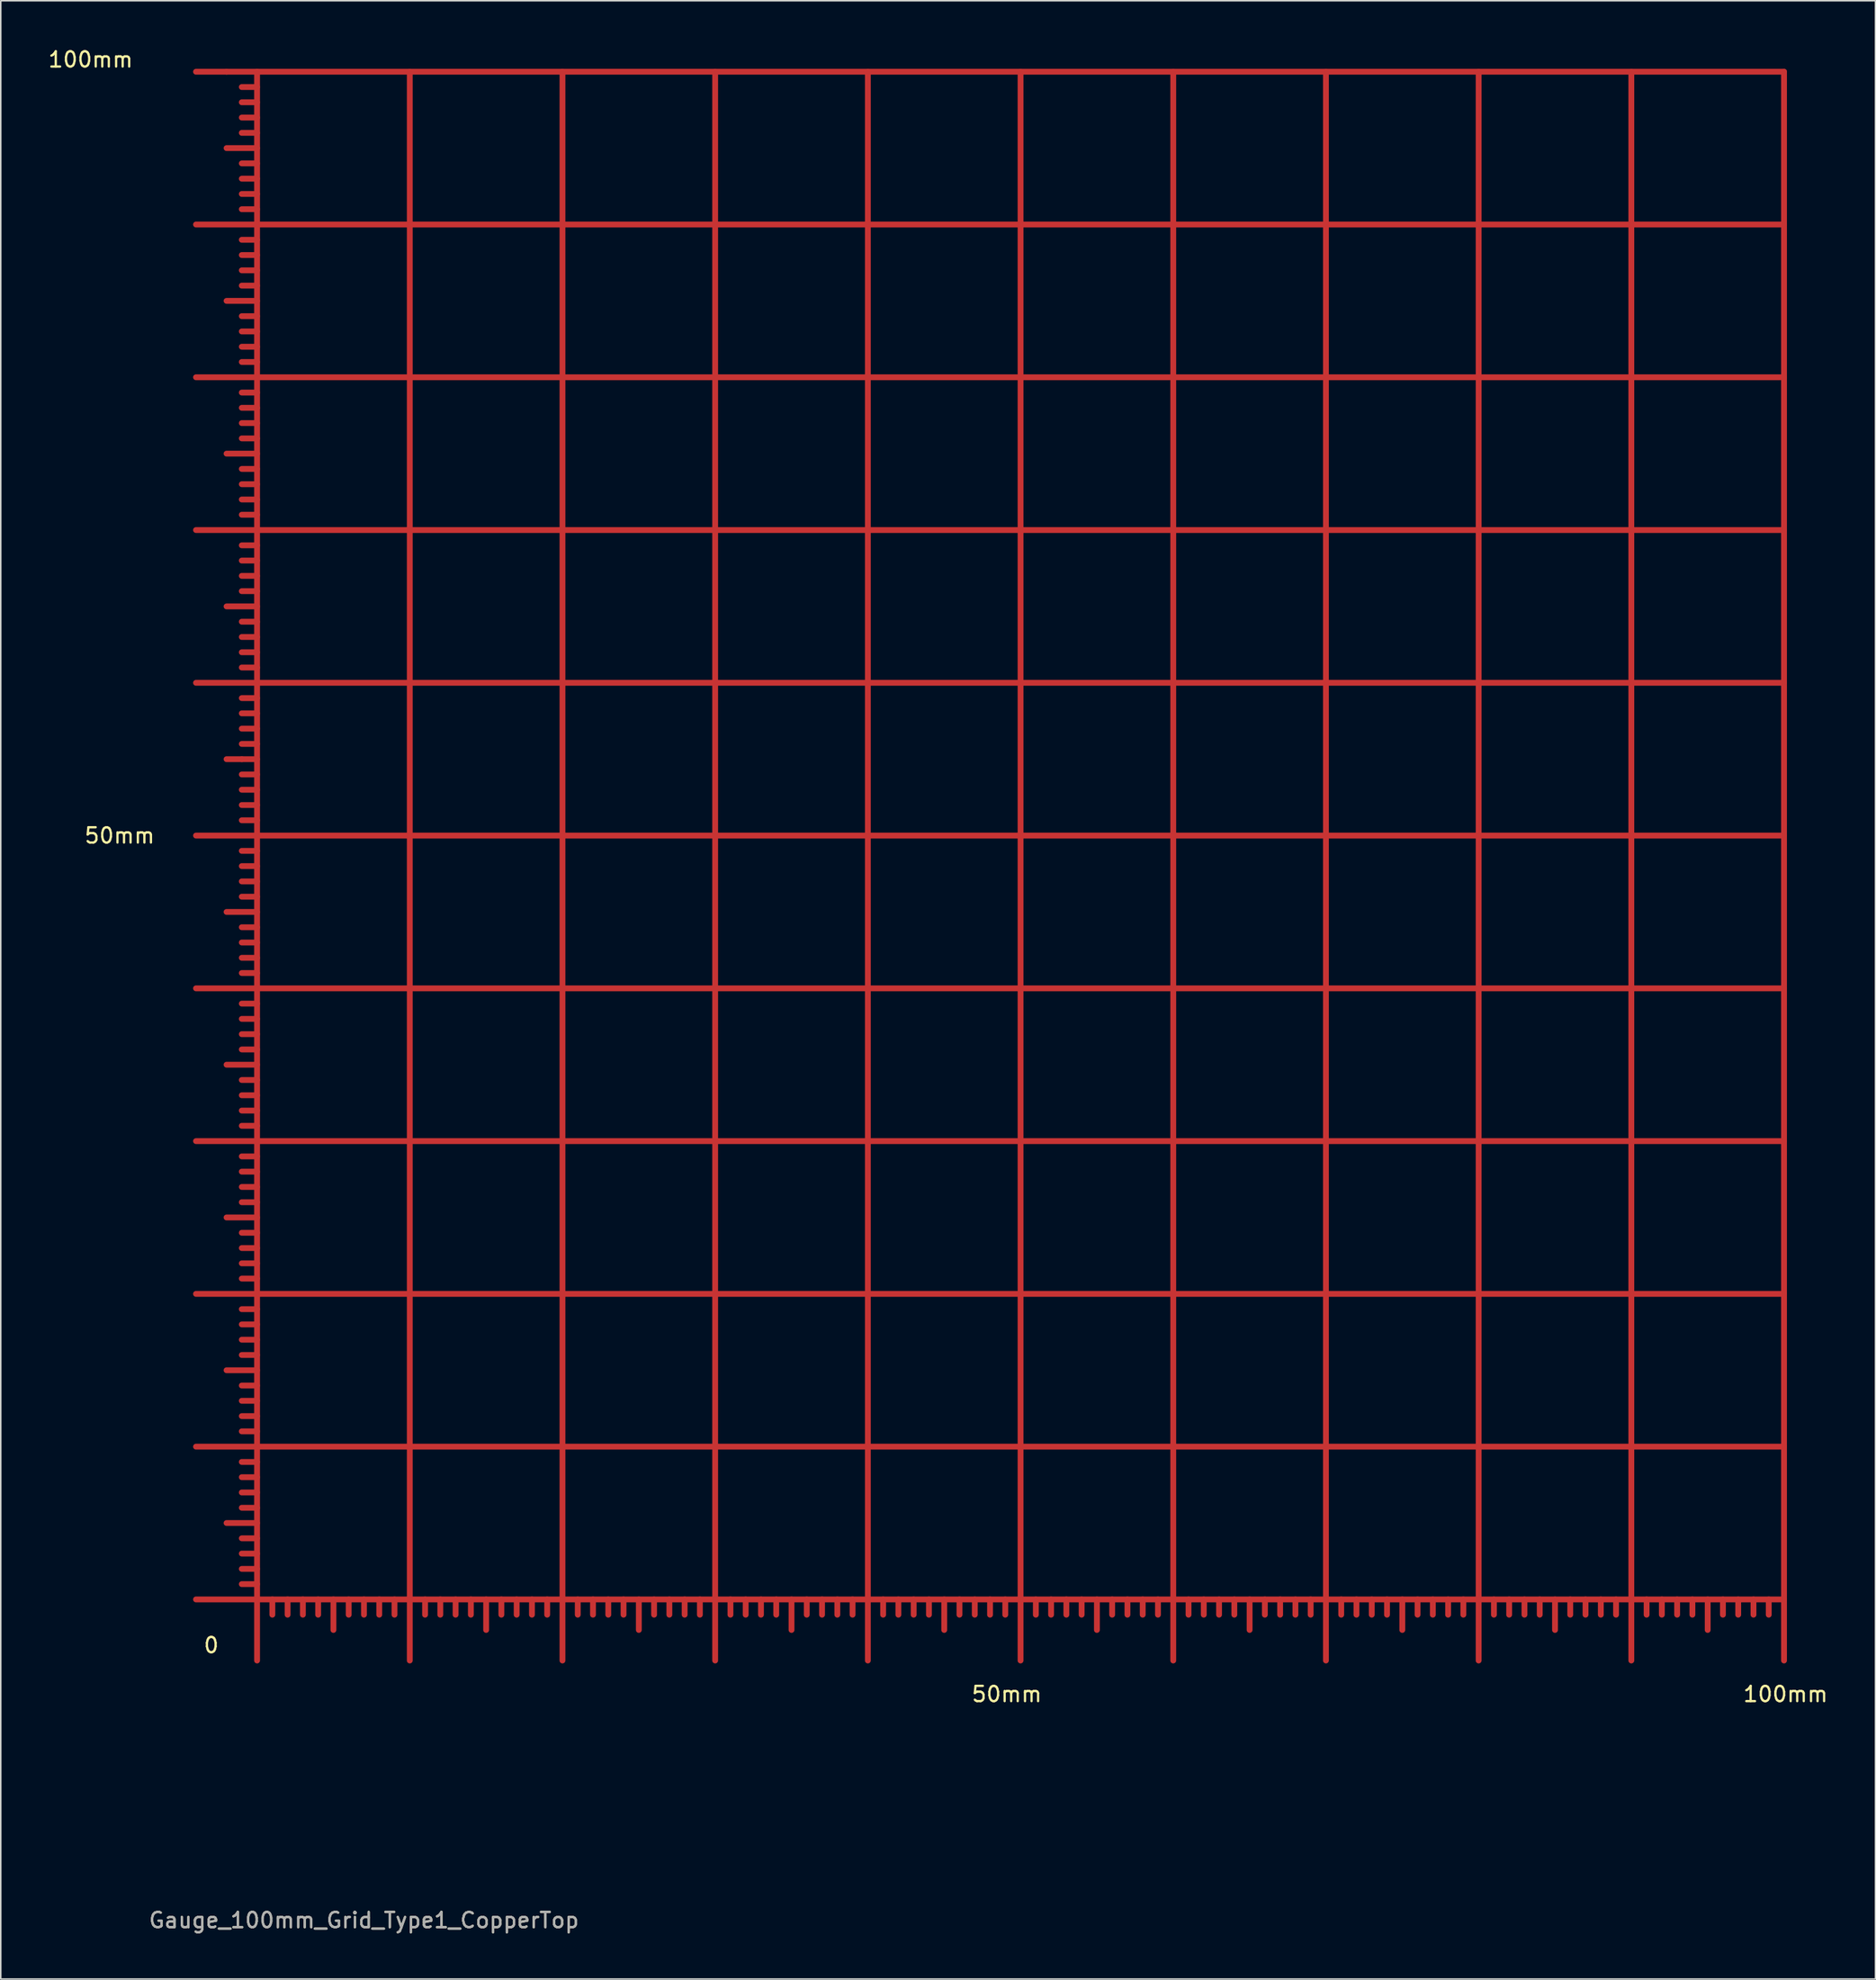
<source format=kicad_pcb>
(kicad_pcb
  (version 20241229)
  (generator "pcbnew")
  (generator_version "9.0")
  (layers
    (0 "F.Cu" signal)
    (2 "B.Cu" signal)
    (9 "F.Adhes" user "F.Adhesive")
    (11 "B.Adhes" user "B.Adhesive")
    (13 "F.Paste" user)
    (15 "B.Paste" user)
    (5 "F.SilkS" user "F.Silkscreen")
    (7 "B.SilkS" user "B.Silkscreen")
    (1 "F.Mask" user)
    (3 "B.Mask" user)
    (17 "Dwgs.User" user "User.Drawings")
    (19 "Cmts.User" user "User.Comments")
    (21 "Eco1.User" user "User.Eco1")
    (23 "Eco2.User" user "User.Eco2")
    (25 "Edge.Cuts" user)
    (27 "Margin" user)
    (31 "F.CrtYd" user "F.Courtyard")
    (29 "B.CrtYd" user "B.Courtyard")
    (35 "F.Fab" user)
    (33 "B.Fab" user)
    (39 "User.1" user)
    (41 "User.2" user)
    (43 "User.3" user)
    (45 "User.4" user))
  (footprint "Gauge_100mm_Grid_Type1_CopperTop"
    (layer "F.Cu")
    (at 13.786 101.646)
    (property "Reference" "Gauge_100mm_Grid_Type1_CopperTop" (at 7 21.001 0) (layer "F.SilkS") (effects (font (size 1 1) (thickness 0.15))))
    (attr exclude_from_pos_files exclude_from_bom)
    (fp_line (start -1.999 -100) (end -4 -100) (stroke (width 0.381) (type solid)) (layer "F.Cu"))
    (fp_line (start -1.001 -55.001) (end -1.999 -55.001) (stroke (width 0.381) (type solid)) (layer "F.Cu"))
    (fp_line (start 0 -100) (end -1.999 -100) (stroke (width 0.381) (type solid)) (layer "F.Cu"))
    (fp_line (start 0 -100) (end 100 -100) (stroke (width 0.381) (type solid)) (layer "F.Cu"))
    (fp_line (start 0 -98.999) (end -1.001 -98.999) (stroke (width 0.381) (type solid)) (layer "F.Cu"))
    (fp_line (start 0 -98.001) (end -1.001 -98.001) (stroke (width 0.381) (type solid)) (layer "F.Cu"))
    (fp_line (start 0 -97) (end -1.001 -97) (stroke (width 0.381) (type solid)) (layer "F.Cu"))
    (fp_line (start 0 -95.999) (end -1.001 -95.999) (stroke (width 0.381) (type solid)) (layer "F.Cu"))
    (fp_line (start 0 -95.001) (end -1.999 -95.001) (stroke (width 0.381) (type solid)) (layer "F.Cu"))
    (fp_line (start 0 -94) (end -1.001 -94) (stroke (width 0.381) (type solid)) (layer "F.Cu"))
    (fp_line (start 0 -93) (end -1.001 -93) (stroke (width 0.381) (type solid)) (layer "F.Cu"))
    (fp_line (start 0 -91.999) (end -1.001 -91.999) (stroke (width 0.381) (type solid)) (layer "F.Cu"))
    (fp_line (start 0 -91.001) (end -1.001 -91.001) (stroke (width 0.381) (type solid)) (layer "F.Cu"))
    (fp_line (start 0 -90) (end -4 -90) (stroke (width 0.381) (type solid)) (layer "F.Cu"))
    (fp_line (start 0 -90) (end 100 -90) (stroke (width 0.381) (type solid)) (layer "F.Cu"))
    (fp_line (start 0 -88.999) (end -1.001 -88.999) (stroke (width 0.381) (type solid)) (layer "F.Cu"))
    (fp_line (start 0 -88.001) (end -1.001 -88.001) (stroke (width 0.381) (type solid)) (layer "F.Cu"))
    (fp_line (start 0 -87) (end -1.001 -87) (stroke (width 0.381) (type solid)) (layer "F.Cu"))
    (fp_line (start 0 -85.999) (end -1.001 -85.999) (stroke (width 0.381) (type solid)) (layer "F.Cu"))
    (fp_line (start 0 -85.001) (end -1.999 -85.001) (stroke (width 0.381) (type solid)) (layer "F.Cu"))
    (fp_line (start 0 -84) (end -1.001 -84) (stroke (width 0.381) (type solid)) (layer "F.Cu"))
    (fp_line (start 0 -83) (end -1.001 -83) (stroke (width 0.381) (type solid)) (layer "F.Cu"))
    (fp_line (start 0 -81.999) (end -1.001 -81.999) (stroke (width 0.381) (type solid)) (layer "F.Cu"))
    (fp_line (start 0 -81.001) (end -1.001 -81.001) (stroke (width 0.381) (type solid)) (layer "F.Cu"))
    (fp_line (start 0 -80) (end -4 -80) (stroke (width 0.381) (type solid)) (layer "F.Cu"))
    (fp_line (start 0 -80) (end 100 -80) (stroke (width 0.381) (type solid)) (layer "F.Cu"))
    (fp_line (start 0 -78.999) (end -1.001 -78.999) (stroke (width 0.381) (type solid)) (layer "F.Cu"))
    (fp_line (start 0 -78.001) (end -1.001 -78.001) (stroke (width 0.381) (type solid)) (layer "F.Cu"))
    (fp_line (start 0 -77) (end -1.001 -77) (stroke (width 0.381) (type solid)) (layer "F.Cu"))
    (fp_line (start 0 -75.999) (end -1.001 -75.999) (stroke (width 0.381) (type solid)) (layer "F.Cu"))
    (fp_line (start 0 -75.001) (end -1.999 -75.001) (stroke (width 0.381) (type solid)) (layer "F.Cu"))
    (fp_line (start 0 -74) (end -1.001 -74) (stroke (width 0.381) (type solid)) (layer "F.Cu"))
    (fp_line (start 0 -73) (end -1.001 -73) (stroke (width 0.381) (type solid)) (layer "F.Cu"))
    (fp_line (start 0 -71.999) (end -1.001 -71.999) (stroke (width 0.381) (type solid)) (layer "F.Cu"))
    (fp_line (start 0 -71.001) (end -1.001 -71.001) (stroke (width 0.381) (type solid)) (layer "F.Cu"))
    (fp_line (start 0 -70) (end -4 -70) (stroke (width 0.381) (type solid)) (layer "F.Cu"))
    (fp_line (start 0 -70) (end 100 -70) (stroke (width 0.381) (type solid)) (layer "F.Cu"))
    (fp_line (start 0 -68.999) (end -1.001 -68.999) (stroke (width 0.381) (type solid)) (layer "F.Cu"))
    (fp_line (start 0 -68.001) (end -1.001 -68.001) (stroke (width 0.381) (type solid)) (layer "F.Cu"))
    (fp_line (start 0 -67) (end -1.001 -67) (stroke (width 0.381) (type solid)) (layer "F.Cu"))
    (fp_line (start 0 -65.999) (end -1.001 -65.999) (stroke (width 0.381) (type solid)) (layer "F.Cu"))
    (fp_line (start 0 -65.001) (end -1.999 -65.001) (stroke (width 0.381) (type solid)) (layer "F.Cu"))
    (fp_line (start 0 -64) (end -1.001 -64) (stroke (width 0.381) (type solid)) (layer "F.Cu"))
    (fp_line (start 0 -63) (end -1.001 -63) (stroke (width 0.381) (type solid)) (layer "F.Cu"))
    (fp_line (start 0 -61.999) (end -1.001 -61.999) (stroke (width 0.381) (type solid)) (layer "F.Cu"))
    (fp_line (start 0 -61.001) (end -1.001 -61.001) (stroke (width 0.381) (type solid)) (layer "F.Cu"))
    (fp_line (start 0 -60) (end -4 -60) (stroke (width 0.381) (type solid)) (layer "F.Cu"))
    (fp_line (start 0 -60) (end 100 -60) (stroke (width 0.381) (type solid)) (layer "F.Cu"))
    (fp_line (start 0 -58.999) (end -1.001 -58.999) (stroke (width 0.381) (type solid)) (layer "F.Cu"))
    (fp_line (start 0 -58.001) (end -1.001 -58.001) (stroke (width 0.381) (type solid)) (layer "F.Cu"))
    (fp_line (start 0 -57) (end -1.001 -57) (stroke (width 0.381) (type solid)) (layer "F.Cu"))
    (fp_line (start 0 -55.999) (end -1.001 -55.999) (stroke (width 0.381) (type solid)) (layer "F.Cu"))
    (fp_line (start 0 -55.001) (end -1.001 -55.001) (stroke (width 0.381) (type solid)) (layer "F.Cu"))
    (fp_line (start 0 -54) (end -1.001 -54) (stroke (width 0.381) (type solid)) (layer "F.Cu"))
    (fp_line (start 0 -53) (end -1.001 -53) (stroke (width 0.381) (type solid)) (layer "F.Cu"))
    (fp_line (start 0 -51.999) (end -1.001 -51.999) (stroke (width 0.381) (type solid)) (layer "F.Cu"))
    (fp_line (start 0 -51.001) (end -1.001 -51.001) (stroke (width 0.381) (type solid)) (layer "F.Cu"))
    (fp_line (start 0 -50) (end -4 -50) (stroke (width 0.381) (type solid)) (layer "F.Cu"))
    (fp_line (start 0 -50) (end 100 -50) (stroke (width 0.381) (type solid)) (layer "F.Cu"))
    (fp_line (start 0 -48.999) (end -1.001 -48.999) (stroke (width 0.381) (type solid)) (layer "F.Cu"))
    (fp_line (start 0 -48.001) (end -1.001 -48.001) (stroke (width 0.381) (type solid)) (layer "F.Cu"))
    (fp_line (start 0 -47) (end -1.001 -47) (stroke (width 0.381) (type solid)) (layer "F.Cu"))
    (fp_line (start 0 -45.999) (end -1.001 -45.999) (stroke (width 0.381) (type solid)) (layer "F.Cu"))
    (fp_line (start 0 -45.001) (end -1.999 -45.001) (stroke (width 0.381) (type solid)) (layer "F.Cu"))
    (fp_line (start 0 -44) (end -1.001 -44) (stroke (width 0.381) (type solid)) (layer "F.Cu"))
    (fp_line (start 0 -43) (end -1.001 -43) (stroke (width 0.381) (type solid)) (layer "F.Cu"))
    (fp_line (start 0 -41.999) (end -1.001 -41.999) (stroke (width 0.381) (type solid)) (layer "F.Cu"))
    (fp_line (start 0 -41.001) (end -1.001 -41.001) (stroke (width 0.381) (type solid)) (layer "F.Cu"))
    (fp_line (start 0 -40) (end -4 -40) (stroke (width 0.381) (type solid)) (layer "F.Cu"))
    (fp_line (start 0 -40) (end 100 -40) (stroke (width 0.381) (type solid)) (layer "F.Cu"))
    (fp_line (start 0 -38.999) (end -1.001 -38.999) (stroke (width 0.381) (type solid)) (layer "F.Cu"))
    (fp_line (start 0 -38.001) (end -1.001 -38.001) (stroke (width 0.381) (type solid)) (layer "F.Cu"))
    (fp_line (start 0 -37) (end -1.001 -37) (stroke (width 0.381) (type solid)) (layer "F.Cu"))
    (fp_line (start 0 -35.999) (end -1.001 -35.999) (stroke (width 0.381) (type solid)) (layer "F.Cu"))
    (fp_line (start 0 -35.001) (end -1.999 -35.001) (stroke (width 0.381) (type solid)) (layer "F.Cu"))
    (fp_line (start 0 -34) (end -1.001 -34) (stroke (width 0.381) (type solid)) (layer "F.Cu"))
    (fp_line (start 0 -33) (end -1.001 -33) (stroke (width 0.381) (type solid)) (layer "F.Cu"))
    (fp_line (start 0 -31.999) (end -1.001 -31.999) (stroke (width 0.381) (type solid)) (layer "F.Cu"))
    (fp_line (start 0 -31.001) (end -1.001 -31.001) (stroke (width 0.381) (type solid)) (layer "F.Cu"))
    (fp_line (start 0 -30) (end -4 -30) (stroke (width 0.381) (type solid)) (layer "F.Cu"))
    (fp_line (start 0 -30) (end 100 -30) (stroke (width 0.381) (type solid)) (layer "F.Cu"))
    (fp_line (start 0 -28.999) (end -1.001 -28.999) (stroke (width 0.381) (type solid)) (layer "F.Cu"))
    (fp_line (start 0 -28.001) (end -1.001 -28.001) (stroke (width 0.381) (type solid)) (layer "F.Cu"))
    (fp_line (start 0 -27) (end -1.001 -27) (stroke (width 0.381) (type solid)) (layer "F.Cu"))
    (fp_line (start 0 -25.999) (end -1.001 -25.999) (stroke (width 0.381) (type solid)) (layer "F.Cu"))
    (fp_line (start 0 -25.001) (end -1.999 -25.001) (stroke (width 0.381) (type solid)) (layer "F.Cu"))
    (fp_line (start 0 -24) (end -1.001 -24) (stroke (width 0.381) (type solid)) (layer "F.Cu"))
    (fp_line (start 0 -23) (end -1.001 -23) (stroke (width 0.381) (type solid)) (layer "F.Cu"))
    (fp_line (start 0 -21.999) (end -1.001 -21.999) (stroke (width 0.381) (type solid)) (layer "F.Cu"))
    (fp_line (start 0 -21.001) (end -1.001 -21.001) (stroke (width 0.381) (type solid)) (layer "F.Cu"))
    (fp_line (start 0 -20) (end -4 -20) (stroke (width 0.381) (type solid)) (layer "F.Cu"))
    (fp_line (start 0 -20) (end 100 -20) (stroke (width 0.381) (type solid)) (layer "F.Cu"))
    (fp_line (start 0 -18.999) (end -1.001 -18.999) (stroke (width 0.381) (type solid)) (layer "F.Cu"))
    (fp_line (start 0 -18.001) (end -1.001 -18.001) (stroke (width 0.381) (type solid)) (layer "F.Cu"))
    (fp_line (start 0 -17) (end -1.001 -17) (stroke (width 0.381) (type solid)) (layer "F.Cu"))
    (fp_line (start 0 -15.999) (end -1.001 -15.999) (stroke (width 0.381) (type solid)) (layer "F.Cu"))
    (fp_line (start 0 -15.001) (end -1.999 -15.001) (stroke (width 0.381) (type solid)) (layer "F.Cu"))
    (fp_line (start 0 -14) (end -1.001 -14) (stroke (width 0.381) (type solid)) (layer "F.Cu"))
    (fp_line (start 0 -13) (end -1.001 -13) (stroke (width 0.381) (type solid)) (layer "F.Cu"))
    (fp_line (start 0 -11.999) (end -1.001 -11.999) (stroke (width 0.381) (type solid)) (layer "F.Cu"))
    (fp_line (start 0 -11.001) (end -1.001 -11.001) (stroke (width 0.381) (type solid)) (layer "F.Cu"))
    (fp_line (start 0 -10) (end -4 -10) (stroke (width 0.381) (type solid)) (layer "F.Cu"))
    (fp_line (start 0 -10) (end 100 -10) (stroke (width 0.381) (type solid)) (layer "F.Cu"))
    (fp_line (start 0 -8.999) (end -1.001 -8.999) (stroke (width 0.381) (type solid)) (layer "F.Cu"))
    (fp_line (start 0 -8.001) (end -1.001 -8.001) (stroke (width 0.381) (type solid)) (layer "F.Cu"))
    (fp_line (start 0 -7) (end -1.001 -7) (stroke (width 0.381) (type solid)) (layer "F.Cu"))
    (fp_line (start 0 -5.999) (end -1.001 -5.999) (stroke (width 0.381) (type solid)) (layer "F.Cu"))
    (fp_line (start 0 -5.001) (end -1.999 -5.001) (stroke (width 0.381) (type solid)) (layer "F.Cu"))
    (fp_line (start 0 -4) (end -1.001 -4) (stroke (width 0.381) (type solid)) (layer "F.Cu"))
    (fp_line (start 0 -3) (end -1.001 -3) (stroke (width 0.381) (type solid)) (layer "F.Cu"))
    (fp_line (start 0 -1.999) (end -1.001 -1.999) (stroke (width 0.381) (type solid)) (layer "F.Cu"))
    (fp_line (start 0 -1.001) (end -1.001 -1.001) (stroke (width 0.381) (type solid)) (layer "F.Cu"))
    (fp_line (start 0 0) (end -4 0) (stroke (width 0.381) (type solid)) (layer "F.Cu"))
    (fp_line (start 0 0) (end 0 -100) (stroke (width 0.381) (type solid)) (layer "F.Cu"))
    (fp_line (start 0 0) (end 0 4) (stroke (width 0.381) (type solid)) (layer "F.Cu"))
    (fp_line (start 0 0) (end 100 0) (stroke (width 0.381) (type solid)) (layer "F.Cu"))
    (fp_line (start 1.001 0) (end 1.001 1.001) (stroke (width 0.381) (type solid)) (layer "F.Cu"))
    (fp_line (start 1.999 0) (end 1.999 1.001) (stroke (width 0.381) (type solid)) (layer "F.Cu"))
    (fp_line (start 3 0) (end 3 1.001) (stroke (width 0.381) (type solid)) (layer "F.Cu"))
    (fp_line (start 4 0) (end 4 1.001) (stroke (width 0.381) (type solid)) (layer "F.Cu"))
    (fp_line (start 5.001 0) (end 5.001 1.999) (stroke (width 0.381) (type solid)) (layer "F.Cu"))
    (fp_line (start 5.999 0) (end 5.999 1.001) (stroke (width 0.381) (type solid)) (layer "F.Cu"))
    (fp_line (start 7 0) (end 7 1.001) (stroke (width 0.381) (type solid)) (layer "F.Cu"))
    (fp_line (start 8.001 0) (end 8.001 1.001) (stroke (width 0.381) (type solid)) (layer "F.Cu"))
    (fp_line (start 8.999 0) (end 8.999 1.001) (stroke (width 0.381) (type solid)) (layer "F.Cu"))
    (fp_line (start 10 0) (end 10 -100) (stroke (width 0.381) (type solid)) (layer "F.Cu"))
    (fp_line (start 10 0) (end 10 4) (stroke (width 0.381) (type solid)) (layer "F.Cu"))
    (fp_line (start 11.001 0) (end 11.001 1.001) (stroke (width 0.381) (type solid)) (layer "F.Cu"))
    (fp_line (start 11.999 0) (end 11.999 1.001) (stroke (width 0.381) (type solid)) (layer "F.Cu"))
    (fp_line (start 13 0) (end 13 1.001) (stroke (width 0.381) (type solid)) (layer "F.Cu"))
    (fp_line (start 14 0) (end 14 1.001) (stroke (width 0.381) (type solid)) (layer "F.Cu"))
    (fp_line (start 15.001 0) (end 15.001 1.999) (stroke (width 0.381) (type solid)) (layer "F.Cu"))
    (fp_line (start 15.999 0) (end 15.999 1.001) (stroke (width 0.381) (type solid)) (layer "F.Cu"))
    (fp_line (start 17 0) (end 17 1.001) (stroke (width 0.381) (type solid)) (layer "F.Cu"))
    (fp_line (start 18.001 0) (end 18.001 1.001) (stroke (width 0.381) (type solid)) (layer "F.Cu"))
    (fp_line (start 18.999 0) (end 18.999 1.001) (stroke (width 0.381) (type solid)) (layer "F.Cu"))
    (fp_line (start 20 0) (end 20 -100) (stroke (width 0.381) (type solid)) (layer "F.Cu"))
    (fp_line (start 20 0) (end 20 4) (stroke (width 0.381) (type solid)) (layer "F.Cu"))
    (fp_line (start 21.001 0) (end 21.001 1.001) (stroke (width 0.381) (type solid)) (layer "F.Cu"))
    (fp_line (start 21.999 0) (end 21.999 1.001) (stroke (width 0.381) (type solid)) (layer "F.Cu"))
    (fp_line (start 23 0) (end 23 1.001) (stroke (width 0.381) (type solid)) (layer "F.Cu"))
    (fp_line (start 24 0) (end 24 1.001) (stroke (width 0.381) (type solid)) (layer "F.Cu"))
    (fp_line (start 25.001 0) (end 25.001 1.999) (stroke (width 0.381) (type solid)) (layer "F.Cu"))
    (fp_line (start 25.999 0) (end 25.999 1.001) (stroke (width 0.381) (type solid)) (layer "F.Cu"))
    (fp_line (start 27 0) (end 27 1.001) (stroke (width 0.381) (type solid)) (layer "F.Cu"))
    (fp_line (start 28.001 0) (end 28.001 1.001) (stroke (width 0.381) (type solid)) (layer "F.Cu"))
    (fp_line (start 28.999 0) (end 28.999 1.001) (stroke (width 0.381) (type solid)) (layer "F.Cu"))
    (fp_line (start 30 0) (end 30 -100) (stroke (width 0.381) (type solid)) (layer "F.Cu"))
    (fp_line (start 30 0) (end 30 4) (stroke (width 0.381) (type solid)) (layer "F.Cu"))
    (fp_line (start 31.001 0) (end 31.001 1.001) (stroke (width 0.381) (type solid)) (layer "F.Cu"))
    (fp_line (start 31.999 0) (end 31.999 1.001) (stroke (width 0.381) (type solid)) (layer "F.Cu"))
    (fp_line (start 33 0) (end 33 1.001) (stroke (width 0.381) (type solid)) (layer "F.Cu"))
    (fp_line (start 34 0) (end 34 1.001) (stroke (width 0.381) (type solid)) (layer "F.Cu"))
    (fp_line (start 35.001 0) (end 35.001 1.999) (stroke (width 0.381) (type solid)) (layer "F.Cu"))
    (fp_line (start 35.999 0) (end 35.999 1.001) (stroke (width 0.381) (type solid)) (layer "F.Cu"))
    (fp_line (start 37 0) (end 37 1.001) (stroke (width 0.381) (type solid)) (layer "F.Cu"))
    (fp_line (start 38.001 0) (end 38.001 1.001) (stroke (width 0.381) (type solid)) (layer "F.Cu"))
    (fp_line (start 38.999 0) (end 38.999 1.001) (stroke (width 0.381) (type solid)) (layer "F.Cu"))
    (fp_line (start 40 0) (end 40 -100) (stroke (width 0.381) (type solid)) (layer "F.Cu"))
    (fp_line (start 40 0) (end 40 4) (stroke (width 0.381) (type solid)) (layer "F.Cu"))
    (fp_line (start 41.001 0) (end 41.001 1.001) (stroke (width 0.381) (type solid)) (layer "F.Cu"))
    (fp_line (start 41.999 0) (end 41.999 1.001) (stroke (width 0.381) (type solid)) (layer "F.Cu"))
    (fp_line (start 43 0) (end 43 1.001) (stroke (width 0.381) (type solid)) (layer "F.Cu"))
    (fp_line (start 44 0) (end 44 1.001) (stroke (width 0.381) (type solid)) (layer "F.Cu"))
    (fp_line (start 45.001 0) (end 45.001 1.999) (stroke (width 0.381) (type solid)) (layer "F.Cu"))
    (fp_line (start 45.999 0) (end 45.999 1.001) (stroke (width 0.381) (type solid)) (layer "F.Cu"))
    (fp_line (start 47 0) (end 47 1.001) (stroke (width 0.381) (type solid)) (layer "F.Cu"))
    (fp_line (start 48.001 0) (end 48.001 1.001) (stroke (width 0.381) (type solid)) (layer "F.Cu"))
    (fp_line (start 48.999 0) (end 48.999 1.001) (stroke (width 0.381) (type solid)) (layer "F.Cu"))
    (fp_line (start 50 0) (end 50 -100) (stroke (width 0.381) (type solid)) (layer "F.Cu"))
    (fp_line (start 50 0) (end 50 4) (stroke (width 0.381) (type solid)) (layer "F.Cu"))
    (fp_line (start 51.001 0) (end 51.001 1.001) (stroke (width 0.381) (type solid)) (layer "F.Cu"))
    (fp_line (start 51.999 0) (end 51.999 1.001) (stroke (width 0.381) (type solid)) (layer "F.Cu"))
    (fp_line (start 53 0) (end 53 1.001) (stroke (width 0.381) (type solid)) (layer "F.Cu"))
    (fp_line (start 54 0) (end 54 1.001) (stroke (width 0.381) (type solid)) (layer "F.Cu"))
    (fp_line (start 55.001 0) (end 55.001 1.999) (stroke (width 0.381) (type solid)) (layer "F.Cu"))
    (fp_line (start 55.999 0) (end 55.999 1.001) (stroke (width 0.381) (type solid)) (layer "F.Cu"))
    (fp_line (start 57 0) (end 57 1.001) (stroke (width 0.381) (type solid)) (layer "F.Cu"))
    (fp_line (start 58.001 0) (end 58.001 1.001) (stroke (width 0.381) (type solid)) (layer "F.Cu"))
    (fp_line (start 58.999 0) (end 58.999 1.001) (stroke (width 0.381) (type solid)) (layer "F.Cu"))
    (fp_line (start 60 -100) (end 60 0) (stroke (width 0.381) (type solid)) (layer "F.Cu"))
    (fp_line (start 60 0) (end 60 4) (stroke (width 0.381) (type solid)) (layer "F.Cu"))
    (fp_line (start 61.001 0) (end 61.001 1.001) (stroke (width 0.381) (type solid)) (layer "F.Cu"))
    (fp_line (start 61.999 0) (end 61.999 1.001) (stroke (width 0.381) (type solid)) (layer "F.Cu"))
    (fp_line (start 63 0) (end 63 1.001) (stroke (width 0.381) (type solid)) (layer "F.Cu"))
    (fp_line (start 64 0) (end 64 1.001) (stroke (width 0.381) (type solid)) (layer "F.Cu"))
    (fp_line (start 65.001 0) (end 65.001 1.999) (stroke (width 0.381) (type solid)) (layer "F.Cu"))
    (fp_line (start 65.999 0) (end 65.999 1.001) (stroke (width 0.381) (type solid)) (layer "F.Cu"))
    (fp_line (start 67 0) (end 67 1.001) (stroke (width 0.381) (type solid)) (layer "F.Cu"))
    (fp_line (start 68.001 0) (end 68.001 1.001) (stroke (width 0.381) (type solid)) (layer "F.Cu"))
    (fp_line (start 68.999 0) (end 68.999 1.001) (stroke (width 0.381) (type solid)) (layer "F.Cu"))
    (fp_line (start 70 0) (end 70 -100) (stroke (width 0.381) (type solid)) (layer "F.Cu"))
    (fp_line (start 70 0) (end 70 4) (stroke (width 0.381) (type solid)) (layer "F.Cu"))
    (fp_line (start 71.001 0) (end 71.001 1.001) (stroke (width 0.381) (type solid)) (layer "F.Cu"))
    (fp_line (start 71.999 0) (end 71.999 1.001) (stroke (width 0.381) (type solid)) (layer "F.Cu"))
    (fp_line (start 73 0) (end 73 1.001) (stroke (width 0.381) (type solid)) (layer "F.Cu"))
    (fp_line (start 74 0) (end 74 1.001) (stroke (width 0.381) (type solid)) (layer "F.Cu"))
    (fp_line (start 75.001 0) (end 75.001 1.999) (stroke (width 0.381) (type solid)) (layer "F.Cu"))
    (fp_line (start 75.999 0) (end 75.999 1.001) (stroke (width 0.381) (type solid)) (layer "F.Cu"))
    (fp_line (start 77 0) (end 77 1.001) (stroke (width 0.381) (type solid)) (layer "F.Cu"))
    (fp_line (start 78.001 0) (end 78.001 1.001) (stroke (width 0.381) (type solid)) (layer "F.Cu"))
    (fp_line (start 78.999 0) (end 78.999 1.001) (stroke (width 0.381) (type solid)) (layer "F.Cu"))
    (fp_line (start 80 -100) (end 80 0) (stroke (width 0.381) (type solid)) (layer "F.Cu"))
    (fp_line (start 80 0) (end 80 4) (stroke (width 0.381) (type solid)) (layer "F.Cu"))
    (fp_line (start 81.001 0) (end 81.001 1.001) (stroke (width 0.381) (type solid)) (layer "F.Cu"))
    (fp_line (start 81.999 0) (end 81.999 1.001) (stroke (width 0.381) (type solid)) (layer "F.Cu"))
    (fp_line (start 83 0) (end 83 1.001) (stroke (width 0.381) (type solid)) (layer "F.Cu"))
    (fp_line (start 84 0) (end 84 1.001) (stroke (width 0.381) (type solid)) (layer "F.Cu"))
    (fp_line (start 85.001 0) (end 85.001 1.999) (stroke (width 0.381) (type solid)) (layer "F.Cu"))
    (fp_line (start 85.999 0) (end 85.999 1.001) (stroke (width 0.381) (type solid)) (layer "F.Cu"))
    (fp_line (start 87 0) (end 87 1.001) (stroke (width 0.381) (type solid)) (layer "F.Cu"))
    (fp_line (start 88.001 0) (end 88.001 1.001) (stroke (width 0.381) (type solid)) (layer "F.Cu"))
    (fp_line (start 88.999 0) (end 88.999 1.001) (stroke (width 0.381) (type solid)) (layer "F.Cu"))
    (fp_line (start 90 0) (end 90 -100) (stroke (width 0.381) (type solid)) (layer "F.Cu"))
    (fp_line (start 90 0) (end 90 4) (stroke (width 0.381) (type solid)) (layer "F.Cu"))
    (fp_line (start 91.001 0) (end 91.001 1.001) (stroke (width 0.381) (type solid)) (layer "F.Cu"))
    (fp_line (start 91.999 0) (end 91.999 1.001) (stroke (width 0.381) (type solid)) (layer "F.Cu"))
    (fp_line (start 93 0) (end 93 1.001) (stroke (width 0.381) (type solid)) (layer "F.Cu"))
    (fp_line (start 94 0) (end 94 1.001) (stroke (width 0.381) (type solid)) (layer "F.Cu"))
    (fp_line (start 95.001 0) (end 95.001 1.999) (stroke (width 0.381) (type solid)) (layer "F.Cu"))
    (fp_line (start 95.999 0) (end 95.999 1.001) (stroke (width 0.381) (type solid)) (layer "F.Cu"))
    (fp_line (start 97 0) (end 97 1.001) (stroke (width 0.381) (type solid)) (layer "F.Cu"))
    (fp_line (start 98.001 0) (end 98.001 1.001) (stroke (width 0.381) (type solid)) (layer "F.Cu"))
    (fp_line (start 98.999 0) (end 98.999 1.001) (stroke (width 0.381) (type solid)) (layer "F.Cu"))
    (fp_line (start 100 -100) (end 100 0) (stroke (width 0.381) (type solid)) (layer "F.Cu"))
    (fp_line (start 100 0) (end 100 4) (stroke (width 0.381) (type solid)) (layer "F.Cu"))
    (fp_text user "100mm" (at -10.899 -100.797 0) (layer "F.SilkS") (effects (font (size 1 1) (thickness 0.15))))
    (fp_text user "0" (at -3 3 0) (layer "F.SilkS") (effects (font (size 1 1) (thickness 0.15))))
    (fp_text user "50mm" (at 49.101 6.203 0) (layer "F.SilkS") (effects (font (size 1 1) (thickness 0.15))))
    (fp_text user "50mm" (at -8.999 -50 0) (layer "F.SilkS") (effects (font (size 1 1) (thickness 0.15))))
    (fp_text user "100mm" (at 100.101 6.203 0) (layer "F.SilkS") (effects (font (size 1 1) (thickness 0.15))))
    (fp_text user "${REFERENCE}" (at 7 21.001 0) (layer "F.Fab") (effects (font (size 1 1) (thickness 0.15)))))
  (gr_rect
    (start -3 -3)
    (end 119.774 126.495)
    (stroke (width 0.1) (type default))
    (fill no)
    (layer "Edge.Cuts")))
</source>
